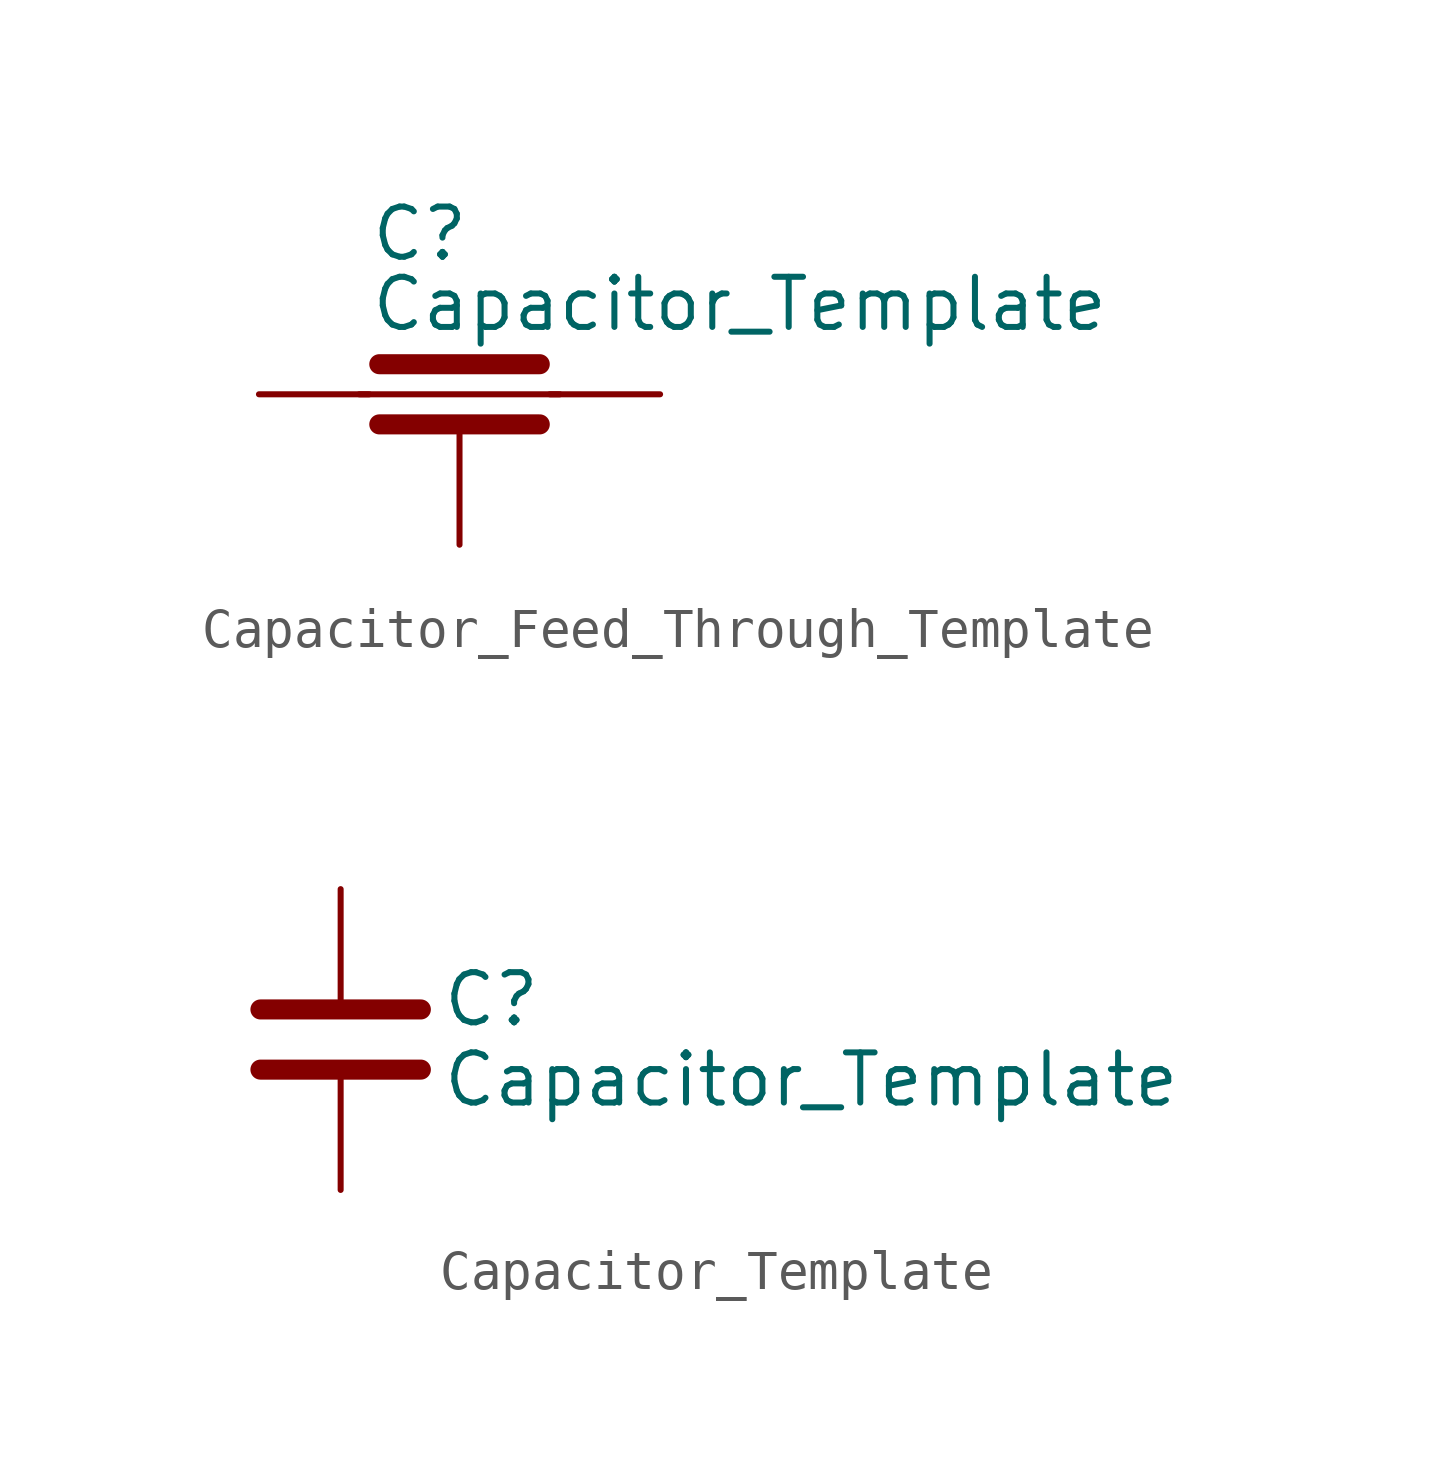
<source format=kicad_sym>
(kicad_symbol_lib
  (version 20241209)
  (generator "kicad_symbol_editor")
  (generator_version "9.0")
  (symbol "Capacitor_Feed_Through_Template"
    (pin_numbers
      (hide yes))
    (pin_names
      (offset 0.254))
    (property "Reference" "C"
      (at -2.286 4.064 0)
      (effects (font (size 1.27 1.27)) (justify left)))
    (property "Value" "Capacitor_Template"
      (at -2.286 2.286 0)
      (effects (font (size 1.27 1.27)) (justify left)))
    (symbol "Capacitor_Feed_Through_Template_0_1"
      (polyline (pts (xy -2.032 0.762) (xy 2.032 0.762)) (stroke (width 0.508) (type default)) (fill (type none)))
      (polyline (pts (xy -2.032 -0.762) (xy 2.032 -0.762)) (stroke (width 0.508) (type default)) (fill (type none)))
      (polyline (pts (xy 2.54 0) (xy -2.54 0)) (stroke (width 0) (type default)) (fill (type none))))
    (symbol "Capacitor_Feed_Through_Template_1_1"
      (pin passive line (at -5.08 0 0) (length 2.794) (name "~" (effects (font (size 1.27 1.27)))) (number "1" (effects (font (size 1.27 1.27)))))
      (pin passive line (at 0 -3.81 90) (length 2.794) (name "~" (effects (font (size 1.27 1.27)))) (number "3" (effects (font (size 1.27 1.27)))))
      (pin passive line (at 5.08 0 180) (length 2.794) (name "~" (effects (font (size 1.27 1.27)))) (number "2" (effects (font (size 1.27 1.27)))))))
  (symbol "Capacitor_Template"
    (pin_numbers
      (hide yes))
    (pin_names
      (offset 0.254))
    (property "Reference" "C"
      (at 2.54 1.016 0)
      (do_not_autoplace)
      (effects (font (size 1.27 1.27)) (justify left)))
    (property "Value" "Capacitor_Template"
      (at 2.54 -1.016 0)
      (do_not_autoplace)
      (effects (font (size 1.27 1.27)) (justify left)))
    (symbol "Capacitor_Template_0_1"
      (polyline (pts (xy -2.032 0.762) (xy 2.032 0.762)) (stroke (width 0.508) (type default)) (fill (type none)))
      (polyline (pts (xy -2.032 -0.762) (xy 2.032 -0.762)) (stroke (width 0.508) (type default)) (fill (type none))))
    (symbol "Capacitor_Template_1_1"
      (pin passive line (at 0 3.81 270) (length 2.794) (name "~" (effects (font (size 1.27 1.27)))) (number "1" (effects (font (size 1.27 1.27)))))
      (pin passive line (at 0 -3.81 90) (length 2.794) (name "~" (effects (font (size 1.27 1.27)))) (number "2" (effects (font (size 1.27 1.27))))))))
</source>
